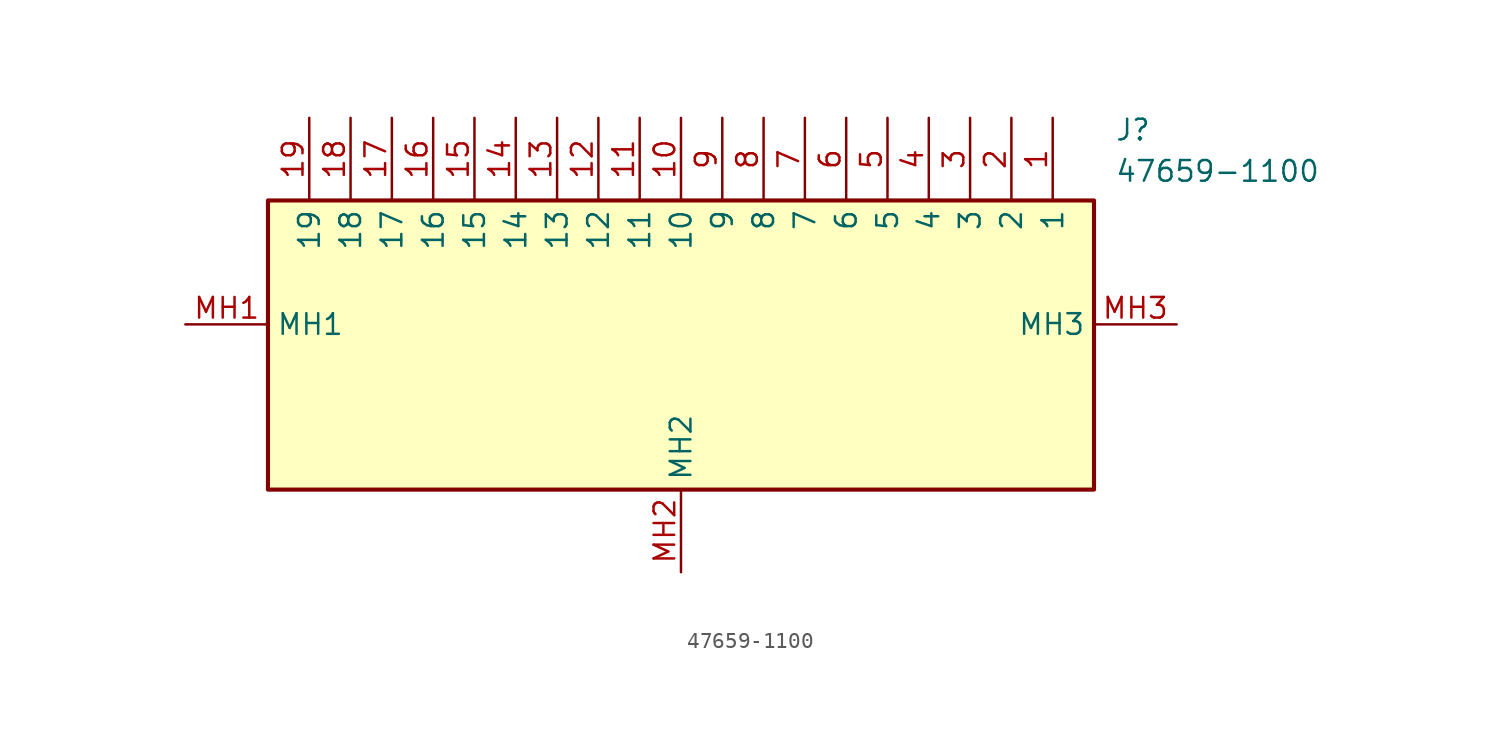
<source format=kicad_sym>
(kicad_symbol_lib
  (version 20211014)
  (generator SamacSys_ECAD_Model)
  (symbol "47659-1100"
    (property "Reference" "J"
      (at 57.15 12.7 0)
      (effects (font (size 1.27 1.27)) (justify left top)))
    (property "Value" "47659-1100"
      (at 57.15 10.16 0)
      (effects (font (size 1.27 1.27)) (justify left top)))
    (rectangle
      (start 5.08 7.62)
      (end 55.88 -10.16)
      (stroke (width 0.254) (type default))
      (fill (type background)))
    (pin passive line
      (at 53.34 12.7 270)
      (length 5.08)
      (name "1" (effects (font (size 1.27 1.27))))
      (number "1" (effects (font (size 1.27 1.27)))))
    (pin passive line
      (at 50.8 12.7 270)
      (length 5.08)
      (name "2" (effects (font (size 1.27 1.27))))
      (number "2" (effects (font (size 1.27 1.27)))))
    (pin passive line
      (at 48.26 12.7 270)
      (length 5.08)
      (name "3" (effects (font (size 1.27 1.27))))
      (number "3" (effects (font (size 1.27 1.27)))))
    (pin passive line
      (at 45.72 12.7 270)
      (length 5.08)
      (name "4" (effects (font (size 1.27 1.27))))
      (number "4" (effects (font (size 1.27 1.27)))))
    (pin passive line
      (at 43.18 12.7 270)
      (length 5.08)
      (name "5" (effects (font (size 1.27 1.27))))
      (number "5" (effects (font (size 1.27 1.27)))))
    (pin passive line
      (at 40.64 12.7 270)
      (length 5.08)
      (name "6" (effects (font (size 1.27 1.27))))
      (number "6" (effects (font (size 1.27 1.27)))))
    (pin passive line
      (at 38.1 12.7 270)
      (length 5.08)
      (name "7" (effects (font (size 1.27 1.27))))
      (number "7" (effects (font (size 1.27 1.27)))))
    (pin passive line
      (at 35.56 12.7 270)
      (length 5.08)
      (name "8" (effects (font (size 1.27 1.27))))
      (number "8" (effects (font (size 1.27 1.27)))))
    (pin passive line
      (at 33.02 12.7 270)
      (length 5.08)
      (name "9" (effects (font (size 1.27 1.27))))
      (number "9" (effects (font (size 1.27 1.27)))))
    (pin passive line
      (at 30.48 12.7 270)
      (length 5.08)
      (name "10" (effects (font (size 1.27 1.27))))
      (number "10" (effects (font (size 1.27 1.27)))))
    (pin passive line
      (at 27.94 12.7 270)
      (length 5.08)
      (name "11" (effects (font (size 1.27 1.27))))
      (number "11" (effects (font (size 1.27 1.27)))))
    (pin passive line
      (at 25.4 12.7 270)
      (length 5.08)
      (name "12" (effects (font (size 1.27 1.27))))
      (number "12" (effects (font (size 1.27 1.27)))))
    (pin passive line
      (at 22.86 12.7 270)
      (length 5.08)
      (name "13" (effects (font (size 1.27 1.27))))
      (number "13" (effects (font (size 1.27 1.27)))))
    (pin passive line
      (at 20.32 12.7 270)
      (length 5.08)
      (name "14" (effects (font (size 1.27 1.27))))
      (number "14" (effects (font (size 1.27 1.27)))))
    (pin passive line
      (at 17.78 12.7 270)
      (length 5.08)
      (name "15" (effects (font (size 1.27 1.27))))
      (number "15" (effects (font (size 1.27 1.27)))))
    (pin passive line
      (at 15.24 12.7 270)
      (length 5.08)
      (name "16" (effects (font (size 1.27 1.27))))
      (number "16" (effects (font (size 1.27 1.27)))))
    (pin passive line
      (at 12.7 12.7 270)
      (length 5.08)
      (name "17" (effects (font (size 1.27 1.27))))
      (number "17" (effects (font (size 1.27 1.27)))))
    (pin passive line
      (at 10.16 12.7 270)
      (length 5.08)
      (name "18" (effects (font (size 1.27 1.27))))
      (number "18" (effects (font (size 1.27 1.27)))))
    (pin passive line
      (at 7.62 12.7 270)
      (length 5.08)
      (name "19" (effects (font (size 1.27 1.27))))
      (number "19" (effects (font (size 1.27 1.27)))))
    (pin passive line
      (at 0 0 0)
      (length 5.08)
      (name "MH1" (effects (font (size 1.27 1.27))))
      (number "MH1" (effects (font (size 1.27 1.27)))))
    (pin passive line
      (at 30.48 -15.24 90)
      (length 5.08)
      (name "MH2" (effects (font (size 1.27 1.27))))
      (number "MH2" (effects (font (size 1.27 1.27)))))
    (pin passive line
      (at 60.96 0 180)
      (length 5.08)
      (name "MH3" (effects (font (size 1.27 1.27))))
      (number "MH3" (effects (font (size 1.27 1.27)))))))
</source>
